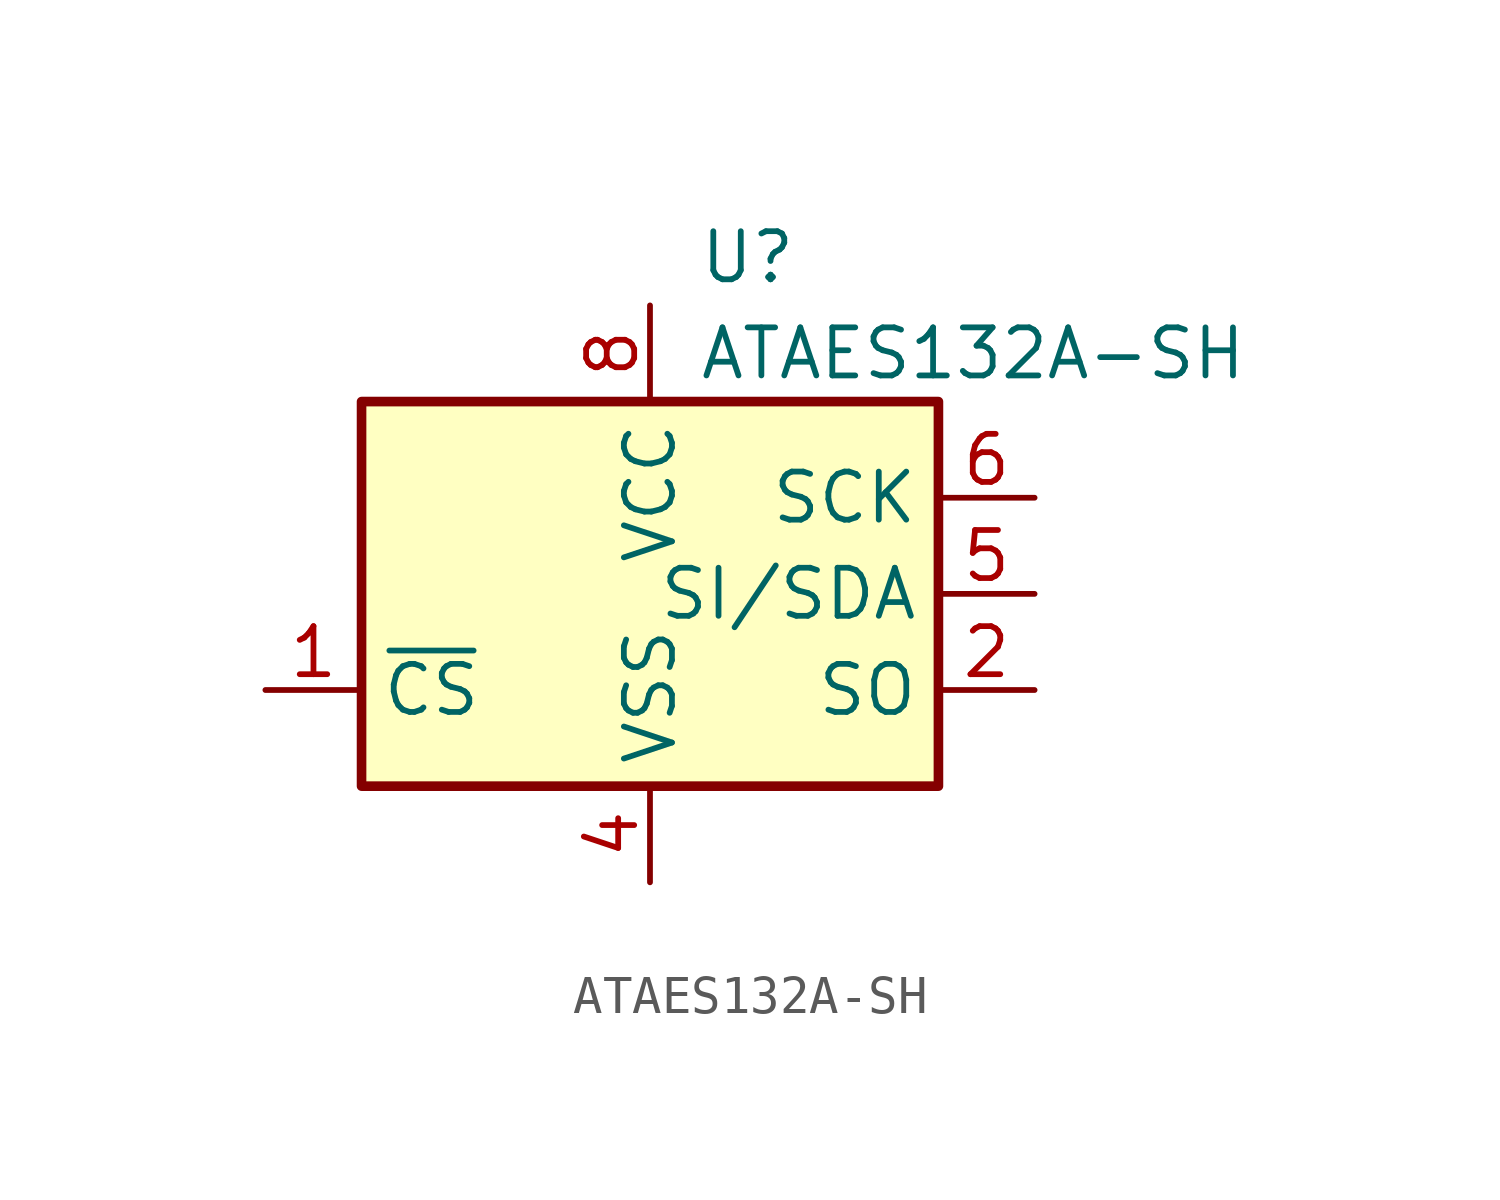
<source format=kicad_sym>
(kicad_symbol_lib
  (version 20200908)
  (generator kicad_symbol_editor)
  (symbol "Security:ATAES132A-SH"
    (property "Reference" "U"
      (at 1.27 8.89 0)
      (effects (font (size 1.27 1.27)) (justify left)))
    (property "Value" "ATAES132A-SH"
      (at 1.27 6.35 0)
      (effects (font (size 1.27 1.27)) (justify left)))
    (symbol "ATAES132A-SH_0_1"
      (rectangle (start 7.62 5.08) (end -7.62 -5.08) (stroke (width 0.254)) (fill (type background))))
    (symbol "ATAES132A-SH_1_1"
      (pin input line (at -10.16 -2.54 0) (length 2.54) (name "~CS" (effects (font (size 1.27 1.27)))) (number "1" (effects (font (size 1.27 1.27)))))
      (pin output line (at 10.16 -2.54 180) (length 2.54) (name "SO" (effects (font (size 1.27 1.27)))) (number "2" (effects (font (size 1.27 1.27)))))
      (pin unconnected line (at -7.62 2.54 0) (length 2.54) hide (name "NC" (effects (font (size 1.27 1.27)))) (number "3" (effects (font (size 1.27 1.27)))))
      (pin power_in line (at 0 -7.62 90) (length 2.54) (name "VSS" (effects (font (size 1.27 1.27)))) (number "4" (effects (font (size 1.27 1.27)))))
      (pin bidirectional line (at 10.16 0 180) (length 2.54) (name "SI/SDA" (effects (font (size 1.27 1.27)))) (number "5" (effects (font (size 1.27 1.27)))))
      (pin input line (at 10.16 2.54 180) (length 2.54) (name "SCK" (effects (font (size 1.27 1.27)))) (number "6" (effects (font (size 1.27 1.27)))))
      (pin unconnected line (at -7.62 0 0) (length 2.54) hide (name "NC" (effects (font (size 1.27 1.27)))) (number "7" (effects (font (size 1.27 1.27)))))
      (pin power_in line (at 0 7.62 270) (length 2.54) (name "VCC" (effects (font (size 1.27 1.27)))) (number "8" (effects (font (size 1.27 1.27))))))))
</source>
